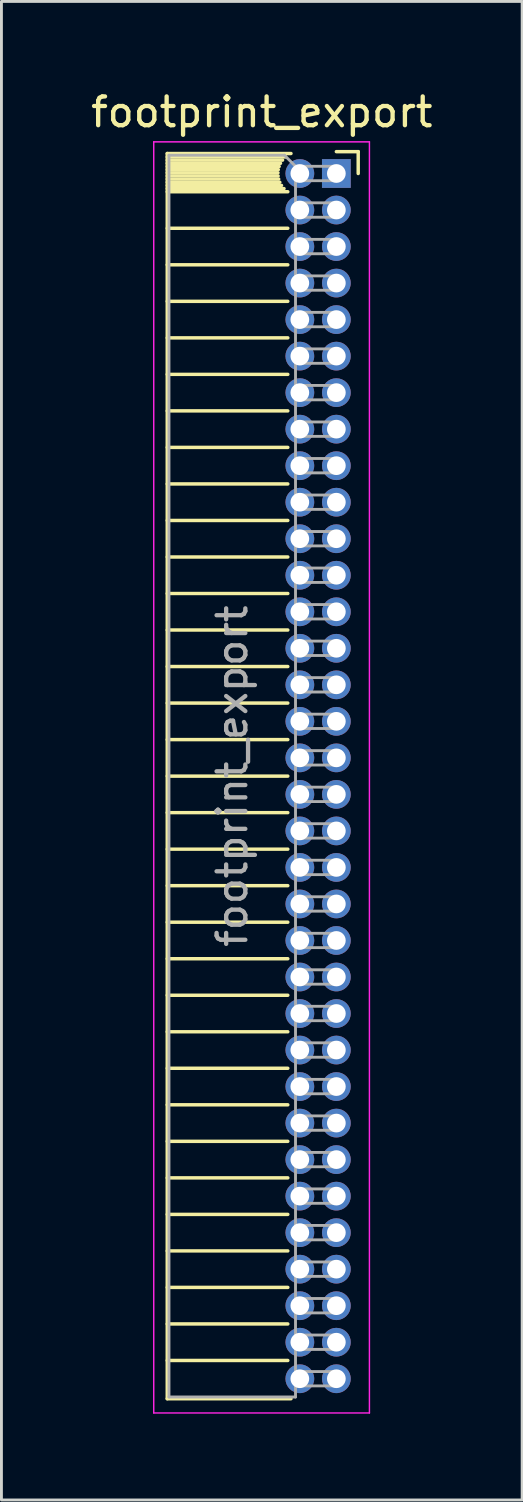
<source format=kicad_pcb>
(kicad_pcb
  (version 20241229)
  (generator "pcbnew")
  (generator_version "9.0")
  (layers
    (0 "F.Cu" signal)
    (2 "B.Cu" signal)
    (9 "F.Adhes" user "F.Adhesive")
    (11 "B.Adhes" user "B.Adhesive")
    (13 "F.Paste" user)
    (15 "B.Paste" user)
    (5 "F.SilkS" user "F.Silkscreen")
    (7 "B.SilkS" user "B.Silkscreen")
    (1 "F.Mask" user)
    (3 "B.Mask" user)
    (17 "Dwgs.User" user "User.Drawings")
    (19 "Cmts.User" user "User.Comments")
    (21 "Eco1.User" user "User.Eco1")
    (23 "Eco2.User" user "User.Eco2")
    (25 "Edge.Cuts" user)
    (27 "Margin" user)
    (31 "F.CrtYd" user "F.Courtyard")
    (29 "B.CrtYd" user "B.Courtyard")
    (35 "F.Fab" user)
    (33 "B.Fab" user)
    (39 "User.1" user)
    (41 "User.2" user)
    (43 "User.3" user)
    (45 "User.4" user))
  (footprint "footprint_export"
    (layer "F.Cu")
    (at 8.646 2.983)
    (property "Reference" "footprint_export" (at -2.592 -2.135 0) (layer "F.SilkS") (effects (font (size 1 1) (thickness 0.15))))
    (attr through_hole)
    (fp_line (start -5.88 -0.695) (end -5.88 42.605) (stroke (width 0.12) (type solid)) (layer "F.SilkS"))
    (fp_line (start -5.88 -0.695) (end -1.578 -0.695) (stroke (width 0.12) (type solid)) (layer "F.SilkS"))
    (fp_line (start -5.88 -0.575) (end -1.767 -0.575) (stroke (width 0.12) (type solid)) (layer "F.SilkS"))
    (fp_line (start -5.88 -0.465) (end -1.871 -0.465) (stroke (width 0.12) (type solid)) (layer "F.SilkS"))
    (fp_line (start -5.88 -0.355) (end -1.942 -0.355) (stroke (width 0.12) (type solid)) (layer "F.SilkS"))
    (fp_line (start -5.88 -0.245) (end -1.989 -0.245) (stroke (width 0.12) (type solid)) (layer "F.SilkS"))
    (fp_line (start -5.88 -0.135) (end -2.018 -0.135) (stroke (width 0.12) (type solid)) (layer "F.SilkS"))
    (fp_line (start -5.88 -0.025) (end -2.03 -0.025) (stroke (width 0.12) (type solid)) (layer "F.SilkS"))
    (fp_line (start -5.88 0.085) (end -2.025 0.085) (stroke (width 0.12) (type solid)) (layer "F.SilkS"))
    (fp_line (start -5.88 0.195) (end -2.005 0.195) (stroke (width 0.12) (type solid)) (layer "F.SilkS"))
    (fp_line (start -5.88 0.305) (end -1.966 0.305) (stroke (width 0.12) (type solid)) (layer "F.SilkS"))
    (fp_line (start -5.88 0.415) (end -1.907 0.415) (stroke (width 0.12) (type solid)) (layer "F.SilkS"))
    (fp_line (start -5.88 0.525) (end -1.82 0.525) (stroke (width 0.12) (type solid)) (layer "F.SilkS"))
    (fp_line (start -5.88 0.635) (end -1.688 0.635) (stroke (width 0.12) (type solid)) (layer "F.SilkS"))
    (fp_line (start -5.88 1.905) (end -1.688 1.905) (stroke (width 0.12) (type solid)) (layer "F.SilkS"))
    (fp_line (start -5.88 3.175) (end -1.688 3.175) (stroke (width 0.12) (type solid)) (layer "F.SilkS"))
    (fp_line (start -5.88 4.445) (end -1.688 4.445) (stroke (width 0.12) (type solid)) (layer "F.SilkS"))
    (fp_line (start -5.88 5.715) (end -1.688 5.715) (stroke (width 0.12) (type solid)) (layer "F.SilkS"))
    (fp_line (start -5.88 6.985) (end -1.688 6.985) (stroke (width 0.12) (type solid)) (layer "F.SilkS"))
    (fp_line (start -5.88 8.255) (end -1.688 8.255) (stroke (width 0.12) (type solid)) (layer "F.SilkS"))
    (fp_line (start -5.88 9.525) (end -1.688 9.525) (stroke (width 0.12) (type solid)) (layer "F.SilkS"))
    (fp_line (start -5.88 10.795) (end -1.688 10.795) (stroke (width 0.12) (type solid)) (layer "F.SilkS"))
    (fp_line (start -5.88 12.065) (end -1.688 12.065) (stroke (width 0.12) (type solid)) (layer "F.SilkS"))
    (fp_line (start -5.88 13.335) (end -1.688 13.335) (stroke (width 0.12) (type solid)) (layer "F.SilkS"))
    (fp_line (start -5.88 14.605) (end -1.688 14.605) (stroke (width 0.12) (type solid)) (layer "F.SilkS"))
    (fp_line (start -5.88 15.875) (end -1.688 15.875) (stroke (width 0.12) (type solid)) (layer "F.SilkS"))
    (fp_line (start -5.88 17.145) (end -1.688 17.145) (stroke (width 0.12) (type solid)) (layer "F.SilkS"))
    (fp_line (start -5.88 18.415) (end -1.688 18.415) (stroke (width 0.12) (type solid)) (layer "F.SilkS"))
    (fp_line (start -5.88 19.685) (end -1.688 19.685) (stroke (width 0.12) (type solid)) (layer "F.SilkS"))
    (fp_line (start -5.88 20.955) (end -1.688 20.955) (stroke (width 0.12) (type solid)) (layer "F.SilkS"))
    (fp_line (start -5.88 22.225) (end -1.688 22.225) (stroke (width 0.12) (type solid)) (layer "F.SilkS"))
    (fp_line (start -5.88 23.495) (end -1.688 23.495) (stroke (width 0.12) (type solid)) (layer "F.SilkS"))
    (fp_line (start -5.88 24.765) (end -1.688 24.765) (stroke (width 0.12) (type solid)) (layer "F.SilkS"))
    (fp_line (start -5.88 26.035) (end -1.688 26.035) (stroke (width 0.12) (type solid)) (layer "F.SilkS"))
    (fp_line (start -5.88 27.305) (end -1.688 27.305) (stroke (width 0.12) (type solid)) (layer "F.SilkS"))
    (fp_line (start -5.88 28.575) (end -1.688 28.575) (stroke (width 0.12) (type solid)) (layer "F.SilkS"))
    (fp_line (start -5.88 29.845) (end -1.688 29.845) (stroke (width 0.12) (type solid)) (layer "F.SilkS"))
    (fp_line (start -5.88 31.115) (end -1.688 31.115) (stroke (width 0.12) (type solid)) (layer "F.SilkS"))
    (fp_line (start -5.88 32.385) (end -1.688 32.385) (stroke (width 0.12) (type solid)) (layer "F.SilkS"))
    (fp_line (start -5.88 33.655) (end -1.688 33.655) (stroke (width 0.12) (type solid)) (layer "F.SilkS"))
    (fp_line (start -5.88 34.925) (end -1.688 34.925) (stroke (width 0.12) (type solid)) (layer "F.SilkS"))
    (fp_line (start -5.88 36.195) (end -1.688 36.195) (stroke (width 0.12) (type solid)) (layer "F.SilkS"))
    (fp_line (start -5.88 37.465) (end -1.688 37.465) (stroke (width 0.12) (type solid)) (layer "F.SilkS"))
    (fp_line (start -5.88 38.735) (end -1.688 38.735) (stroke (width 0.12) (type solid)) (layer "F.SilkS"))
    (fp_line (start -5.88 40.005) (end -1.688 40.005) (stroke (width 0.12) (type solid)) (layer "F.SilkS"))
    (fp_line (start -5.88 41.275) (end -1.688 41.275) (stroke (width 0.12) (type solid)) (layer "F.SilkS"))
    (fp_line (start -5.88 42.605) (end -1.578 42.605) (stroke (width 0.12) (type solid)) (layer "F.SilkS"))
    (fp_line (start 0 -0.76) (end 0.76 -0.76) (stroke (width 0.12) (type solid)) (layer "F.SilkS"))
    (fp_line (start 0.76 -0.76) (end 0.76 0) (stroke (width 0.12) (type solid)) (layer "F.SilkS"))
    (fp_line (start -6.35 -1.1) (end -6.35 43.1) (stroke (width 0.05) (type solid)) (layer "F.CrtYd"))
    (fp_line (start -6.35 43.1) (end 1.15 43.1) (stroke (width 0.05) (type solid)) (layer "F.CrtYd"))
    (fp_line (start 1.15 -1.1) (end -6.35 -1.1) (stroke (width 0.05) (type solid)) (layer "F.CrtYd"))
    (fp_line (start 1.15 43.1) (end 1.15 -1.1) (stroke (width 0.05) (type solid)) (layer "F.CrtYd"))
    (fp_line (start -5.82 -0.635) (end -1.805 -0.635) (stroke (width 0.1) (type solid)) (layer "F.Fab"))
    (fp_line (start -5.82 42.545) (end -5.82 -0.635) (stroke (width 0.1) (type solid)) (layer "F.Fab"))
    (fp_line (start -1.805 -0.635) (end -1.42 -0.25) (stroke (width 0.1) (type solid)) (layer "F.Fab"))
    (fp_line (start -1.42 -0.25) (end -1.42 42.545) (stroke (width 0.1) (type solid)) (layer "F.Fab"))
    (fp_line (start -1.42 0.25) (end 0 0.25) (stroke (width 0.1) (type solid)) (layer "F.Fab"))
    (fp_line (start -1.42 1.52) (end 0 1.52) (stroke (width 0.1) (type solid)) (layer "F.Fab"))
    (fp_line (start -1.42 2.79) (end 0 2.79) (stroke (width 0.1) (type solid)) (layer "F.Fab"))
    (fp_line (start -1.42 4.06) (end 0 4.06) (stroke (width 0.1) (type solid)) (layer "F.Fab"))
    (fp_line (start -1.42 5.33) (end 0 5.33) (stroke (width 0.1) (type solid)) (layer "F.Fab"))
    (fp_line (start -1.42 6.6) (end 0 6.6) (stroke (width 0.1) (type solid)) (layer "F.Fab"))
    (fp_line (start -1.42 7.87) (end 0 7.87) (stroke (width 0.1) (type solid)) (layer "F.Fab"))
    (fp_line (start -1.42 9.14) (end 0 9.14) (stroke (width 0.1) (type solid)) (layer "F.Fab"))
    (fp_line (start -1.42 10.41) (end 0 10.41) (stroke (width 0.1) (type solid)) (layer "F.Fab"))
    (fp_line (start -1.42 11.68) (end 0 11.68) (stroke (width 0.1) (type solid)) (layer "F.Fab"))
    (fp_line (start -1.42 12.95) (end 0 12.95) (stroke (width 0.1) (type solid)) (layer "F.Fab"))
    (fp_line (start -1.42 14.22) (end 0 14.22) (stroke (width 0.1) (type solid)) (layer "F.Fab"))
    (fp_line (start -1.42 15.49) (end 0 15.49) (stroke (width 0.1) (type solid)) (layer "F.Fab"))
    (fp_line (start -1.42 16.76) (end 0 16.76) (stroke (width 0.1) (type solid)) (layer "F.Fab"))
    (fp_line (start -1.42 18.03) (end 0 18.03) (stroke (width 0.1) (type solid)) (layer "F.Fab"))
    (fp_line (start -1.42 19.3) (end 0 19.3) (stroke (width 0.1) (type solid)) (layer "F.Fab"))
    (fp_line (start -1.42 20.57) (end 0 20.57) (stroke (width 0.1) (type solid)) (layer "F.Fab"))
    (fp_line (start -1.42 21.84) (end 0 21.84) (stroke (width 0.1) (type solid)) (layer "F.Fab"))
    (fp_line (start -1.42 23.11) (end 0 23.11) (stroke (width 0.1) (type solid)) (layer "F.Fab"))
    (fp_line (start -1.42 24.38) (end 0 24.38) (stroke (width 0.1) (type solid)) (layer "F.Fab"))
    (fp_line (start -1.42 25.65) (end 0 25.65) (stroke (width 0.1) (type solid)) (layer "F.Fab"))
    (fp_line (start -1.42 26.92) (end 0 26.92) (stroke (width 0.1) (type solid)) (layer "F.Fab"))
    (fp_line (start -1.42 28.19) (end 0 28.19) (stroke (width 0.1) (type solid)) (layer "F.Fab"))
    (fp_line (start -1.42 29.46) (end 0 29.46) (stroke (width 0.1) (type solid)) (layer "F.Fab"))
    (fp_line (start -1.42 30.73) (end 0 30.73) (stroke (width 0.1) (type solid)) (layer "F.Fab"))
    (fp_line (start -1.42 32) (end 0 32) (stroke (width 0.1) (type solid)) (layer "F.Fab"))
    (fp_line (start -1.42 33.27) (end 0 33.27) (stroke (width 0.1) (type solid)) (layer "F.Fab"))
    (fp_line (start -1.42 34.54) (end 0 34.54) (stroke (width 0.1) (type solid)) (layer "F.Fab"))
    (fp_line (start -1.42 35.81) (end 0 35.81) (stroke (width 0.1) (type solid)) (layer "F.Fab"))
    (fp_line (start -1.42 37.08) (end 0 37.08) (stroke (width 0.1) (type solid)) (layer "F.Fab"))
    (fp_line (start -1.42 38.35) (end 0 38.35) (stroke (width 0.1) (type solid)) (layer "F.Fab"))
    (fp_line (start -1.42 39.62) (end 0 39.62) (stroke (width 0.1) (type solid)) (layer "F.Fab"))
    (fp_line (start -1.42 40.89) (end 0 40.89) (stroke (width 0.1) (type solid)) (layer "F.Fab"))
    (fp_line (start -1.42 42.16) (end 0 42.16) (stroke (width 0.1) (type solid)) (layer "F.Fab"))
    (fp_line (start -1.42 42.545) (end -5.82 42.545) (stroke (width 0.1) (type solid)) (layer "F.Fab"))
    (fp_line (start 0 -0.25) (end -1.42 -0.25) (stroke (width 0.1) (type solid)) (layer "F.Fab"))
    (fp_line (start 0 0.25) (end 0 -0.25) (stroke (width 0.1) (type solid)) (layer "F.Fab"))
    (fp_line (start 0 1.02) (end -1.42 1.02) (stroke (width 0.1) (type solid)) (layer "F.Fab"))
    (fp_line (start 0 1.52) (end 0 1.02) (stroke (width 0.1) (type solid)) (layer "F.Fab"))
    (fp_line (start 0 2.29) (end -1.42 2.29) (stroke (width 0.1) (type solid)) (layer "F.Fab"))
    (fp_line (start 0 2.79) (end 0 2.29) (stroke (width 0.1) (type solid)) (layer "F.Fab"))
    (fp_line (start 0 3.56) (end -1.42 3.56) (stroke (width 0.1) (type solid)) (layer "F.Fab"))
    (fp_line (start 0 4.06) (end 0 3.56) (stroke (width 0.1) (type solid)) (layer "F.Fab"))
    (fp_line (start 0 4.83) (end -1.42 4.83) (stroke (width 0.1) (type solid)) (layer "F.Fab"))
    (fp_line (start 0 5.33) (end 0 4.83) (stroke (width 0.1) (type solid)) (layer "F.Fab"))
    (fp_line (start 0 6.1) (end -1.42 6.1) (stroke (width 0.1) (type solid)) (layer "F.Fab"))
    (fp_line (start 0 6.6) (end 0 6.1) (stroke (width 0.1) (type solid)) (layer "F.Fab"))
    (fp_line (start 0 7.37) (end -1.42 7.37) (stroke (width 0.1) (type solid)) (layer "F.Fab"))
    (fp_line (start 0 7.87) (end 0 7.37) (stroke (width 0.1) (type solid)) (layer "F.Fab"))
    (fp_line (start 0 8.64) (end -1.42 8.64) (stroke (width 0.1) (type solid)) (layer "F.Fab"))
    (fp_line (start 0 9.14) (end 0 8.64) (stroke (width 0.1) (type solid)) (layer "F.Fab"))
    (fp_line (start 0 9.91) (end -1.42 9.91) (stroke (width 0.1) (type solid)) (layer "F.Fab"))
    (fp_line (start 0 10.41) (end 0 9.91) (stroke (width 0.1) (type solid)) (layer "F.Fab"))
    (fp_line (start 0 11.18) (end -1.42 11.18) (stroke (width 0.1) (type solid)) (layer "F.Fab"))
    (fp_line (start 0 11.68) (end 0 11.18) (stroke (width 0.1) (type solid)) (layer "F.Fab"))
    (fp_line (start 0 12.45) (end -1.42 12.45) (stroke (width 0.1) (type solid)) (layer "F.Fab"))
    (fp_line (start 0 12.95) (end 0 12.45) (stroke (width 0.1) (type solid)) (layer "F.Fab"))
    (fp_line (start 0 13.72) (end -1.42 13.72) (stroke (width 0.1) (type solid)) (layer "F.Fab"))
    (fp_line (start 0 14.22) (end 0 13.72) (stroke (width 0.1) (type solid)) (layer "F.Fab"))
    (fp_line (start 0 14.99) (end -1.42 14.99) (stroke (width 0.1) (type solid)) (layer "F.Fab"))
    (fp_line (start 0 15.49) (end 0 14.99) (stroke (width 0.1) (type solid)) (layer "F.Fab"))
    (fp_line (start 0 16.26) (end -1.42 16.26) (stroke (width 0.1) (type solid)) (layer "F.Fab"))
    (fp_line (start 0 16.76) (end 0 16.26) (stroke (width 0.1) (type solid)) (layer "F.Fab"))
    (fp_line (start 0 17.53) (end -1.42 17.53) (stroke (width 0.1) (type solid)) (layer "F.Fab"))
    (fp_line (start 0 18.03) (end 0 17.53) (stroke (width 0.1) (type solid)) (layer "F.Fab"))
    (fp_line (start 0 18.8) (end -1.42 18.8) (stroke (width 0.1) (type solid)) (layer "F.Fab"))
    (fp_line (start 0 19.3) (end 0 18.8) (stroke (width 0.1) (type solid)) (layer "F.Fab"))
    (fp_line (start 0 20.07) (end -1.42 20.07) (stroke (width 0.1) (type solid)) (layer "F.Fab"))
    (fp_line (start 0 20.57) (end 0 20.07) (stroke (width 0.1) (type solid)) (layer "F.Fab"))
    (fp_line (start 0 21.34) (end -1.42 21.34) (stroke (width 0.1) (type solid)) (layer "F.Fab"))
    (fp_line (start 0 21.84) (end 0 21.34) (stroke (width 0.1) (type solid)) (layer "F.Fab"))
    (fp_line (start 0 22.61) (end -1.42 22.61) (stroke (width 0.1) (type solid)) (layer "F.Fab"))
    (fp_line (start 0 23.11) (end 0 22.61) (stroke (width 0.1) (type solid)) (layer "F.Fab"))
    (fp_line (start 0 23.88) (end -1.42 23.88) (stroke (width 0.1) (type solid)) (layer "F.Fab"))
    (fp_line (start 0 24.38) (end 0 23.88) (stroke (width 0.1) (type solid)) (layer "F.Fab"))
    (fp_line (start 0 25.15) (end -1.42 25.15) (stroke (width 0.1) (type solid)) (layer "F.Fab"))
    (fp_line (start 0 25.65) (end 0 25.15) (stroke (width 0.1) (type solid)) (layer "F.Fab"))
    (fp_line (start 0 26.42) (end -1.42 26.42) (stroke (width 0.1) (type solid)) (layer "F.Fab"))
    (fp_line (start 0 26.92) (end 0 26.42) (stroke (width 0.1) (type solid)) (layer "F.Fab"))
    (fp_line (start 0 27.69) (end -1.42 27.69) (stroke (width 0.1) (type solid)) (layer "F.Fab"))
    (fp_line (start 0 28.19) (end 0 27.69) (stroke (width 0.1) (type solid)) (layer "F.Fab"))
    (fp_line (start 0 28.96) (end -1.42 28.96) (stroke (width 0.1) (type solid)) (layer "F.Fab"))
    (fp_line (start 0 29.46) (end 0 28.96) (stroke (width 0.1) (type solid)) (layer "F.Fab"))
    (fp_line (start 0 30.23) (end -1.42 30.23) (stroke (width 0.1) (type solid)) (layer "F.Fab"))
    (fp_line (start 0 30.73) (end 0 30.23) (stroke (width 0.1) (type solid)) (layer "F.Fab"))
    (fp_line (start 0 31.5) (end -1.42 31.5) (stroke (width 0.1) (type solid)) (layer "F.Fab"))
    (fp_line (start 0 32) (end 0 31.5) (stroke (width 0.1) (type solid)) (layer "F.Fab"))
    (fp_line (start 0 32.77) (end -1.42 32.77) (stroke (width 0.1) (type solid)) (layer "F.Fab"))
    (fp_line (start 0 33.27) (end 0 32.77) (stroke (width 0.1) (type solid)) (layer "F.Fab"))
    (fp_line (start 0 34.04) (end -1.42 34.04) (stroke (width 0.1) (type solid)) (layer "F.Fab"))
    (fp_line (start 0 34.54) (end 0 34.04) (stroke (width 0.1) (type solid)) (layer "F.Fab"))
    (fp_line (start 0 35.31) (end -1.42 35.31) (stroke (width 0.1) (type solid)) (layer "F.Fab"))
    (fp_line (start 0 35.81) (end 0 35.31) (stroke (width 0.1) (type solid)) (layer "F.Fab"))
    (fp_line (start 0 36.58) (end -1.42 36.58) (stroke (width 0.1) (type solid)) (layer "F.Fab"))
    (fp_line (start 0 37.08) (end 0 36.58) (stroke (width 0.1) (type solid)) (layer "F.Fab"))
    (fp_line (start 0 37.85) (end -1.42 37.85) (stroke (width 0.1) (type solid)) (layer "F.Fab"))
    (fp_line (start 0 38.35) (end 0 37.85) (stroke (width 0.1) (type solid)) (layer "F.Fab"))
    (fp_line (start 0 39.12) (end -1.42 39.12) (stroke (width 0.1) (type solid)) (layer "F.Fab"))
    (fp_line (start 0 39.62) (end 0 39.12) (stroke (width 0.1) (type solid)) (layer "F.Fab"))
    (fp_line (start 0 40.39) (end -1.42 40.39) (stroke (width 0.1) (type solid)) (layer "F.Fab"))
    (fp_line (start 0 40.89) (end 0 40.39) (stroke (width 0.1) (type solid)) (layer "F.Fab"))
    (fp_line (start 0 41.66) (end -1.42 41.66) (stroke (width 0.1) (type solid)) (layer "F.Fab"))
    (fp_line (start 0 42.16) (end 0 41.66) (stroke (width 0.1) (type solid)) (layer "F.Fab"))
    (fp_text user "${REFERENCE}" (at -3.62 20.955 90) (layer "F.Fab") (effects (font (size 1 1) (thickness 0.15))))
    (pad "1" thru_hole rect (at 0 0) (size 1 1) (drill 0.65) (layers "*.Cu" "*.Mask"))
    (pad "2" thru_hole oval (at -1.27 0) (size 1 1) (drill 0.65) (layers "*.Cu" "*.Mask"))
    (pad "3" thru_hole oval (at 0 1.27) (size 1 1) (drill 0.65) (layers "*.Cu" "*.Mask"))
    (pad "4" thru_hole oval (at -1.27 1.27) (size 1 1) (drill 0.65) (layers "*.Cu" "*.Mask"))
    (pad "5" thru_hole oval (at 0 2.54) (size 1 1) (drill 0.65) (layers "*.Cu" "*.Mask"))
    (pad "6" thru_hole oval (at -1.27 2.54) (size 1 1) (drill 0.65) (layers "*.Cu" "*.Mask"))
    (pad "7" thru_hole oval (at 0 3.81) (size 1 1) (drill 0.65) (layers "*.Cu" "*.Mask"))
    (pad "8" thru_hole oval (at -1.27 3.81) (size 1 1) (drill 0.65) (layers "*.Cu" "*.Mask"))
    (pad "9" thru_hole oval (at 0 5.08) (size 1 1) (drill 0.65) (layers "*.Cu" "*.Mask"))
    (pad "10" thru_hole oval (at -1.27 5.08) (size 1 1) (drill 0.65) (layers "*.Cu" "*.Mask"))
    (pad "11" thru_hole oval (at 0 6.35) (size 1 1) (drill 0.65) (layers "*.Cu" "*.Mask"))
    (pad "12" thru_hole oval (at -1.27 6.35) (size 1 1) (drill 0.65) (layers "*.Cu" "*.Mask"))
    (pad "13" thru_hole oval (at 0 7.62) (size 1 1) (drill 0.65) (layers "*.Cu" "*.Mask"))
    (pad "14" thru_hole oval (at -1.27 7.62) (size 1 1) (drill 0.65) (layers "*.Cu" "*.Mask"))
    (pad "15" thru_hole oval (at 0 8.89) (size 1 1) (drill 0.65) (layers "*.Cu" "*.Mask"))
    (pad "16" thru_hole oval (at -1.27 8.89) (size 1 1) (drill 0.65) (layers "*.Cu" "*.Mask"))
    (pad "17" thru_hole oval (at 0 10.16) (size 1 1) (drill 0.65) (layers "*.Cu" "*.Mask"))
    (pad "18" thru_hole oval (at -1.27 10.16) (size 1 1) (drill 0.65) (layers "*.Cu" "*.Mask"))
    (pad "19" thru_hole oval (at 0 11.43) (size 1 1) (drill 0.65) (layers "*.Cu" "*.Mask"))
    (pad "20" thru_hole oval (at -1.27 11.43) (size 1 1) (drill 0.65) (layers "*.Cu" "*.Mask"))
    (pad "21" thru_hole oval (at 0 12.7) (size 1 1) (drill 0.65) (layers "*.Cu" "*.Mask"))
    (pad "22" thru_hole oval (at -1.27 12.7) (size 1 1) (drill 0.65) (layers "*.Cu" "*.Mask"))
    (pad "23" thru_hole oval (at 0 13.97) (size 1 1) (drill 0.65) (layers "*.Cu" "*.Mask"))
    (pad "24" thru_hole oval (at -1.27 13.97) (size 1 1) (drill 0.65) (layers "*.Cu" "*.Mask"))
    (pad "25" thru_hole oval (at 0 15.24) (size 1 1) (drill 0.65) (layers "*.Cu" "*.Mask"))
    (pad "26" thru_hole oval (at -1.27 15.24) (size 1 1) (drill 0.65) (layers "*.Cu" "*.Mask"))
    (pad "27" thru_hole oval (at 0 16.51) (size 1 1) (drill 0.65) (layers "*.Cu" "*.Mask"))
    (pad "28" thru_hole oval (at -1.27 16.51) (size 1 1) (drill 0.65) (layers "*.Cu" "*.Mask"))
    (pad "29" thru_hole oval (at 0 17.78) (size 1 1) (drill 0.65) (layers "*.Cu" "*.Mask"))
    (pad "30" thru_hole oval (at -1.27 17.78) (size 1 1) (drill 0.65) (layers "*.Cu" "*.Mask"))
    (pad "31" thru_hole oval (at 0 19.05) (size 1 1) (drill 0.65) (layers "*.Cu" "*.Mask"))
    (pad "32" thru_hole oval (at -1.27 19.05) (size 1 1) (drill 0.65) (layers "*.Cu" "*.Mask"))
    (pad "33" thru_hole oval (at 0 20.32) (size 1 1) (drill 0.65) (layers "*.Cu" "*.Mask"))
    (pad "34" thru_hole oval (at -1.27 20.32) (size 1 1) (drill 0.65) (layers "*.Cu" "*.Mask"))
    (pad "35" thru_hole oval (at 0 21.59) (size 1 1) (drill 0.65) (layers "*.Cu" "*.Mask"))
    (pad "36" thru_hole oval (at -1.27 21.59) (size 1 1) (drill 0.65) (layers "*.Cu" "*.Mask"))
    (pad "37" thru_hole oval (at 0 22.86) (size 1 1) (drill 0.65) (layers "*.Cu" "*.Mask"))
    (pad "38" thru_hole oval (at -1.27 22.86) (size 1 1) (drill 0.65) (layers "*.Cu" "*.Mask"))
    (pad "39" thru_hole oval (at 0 24.13) (size 1 1) (drill 0.65) (layers "*.Cu" "*.Mask"))
    (pad "40" thru_hole oval (at -1.27 24.13) (size 1 1) (drill 0.65) (layers "*.Cu" "*.Mask"))
    (pad "41" thru_hole oval (at 0 25.4) (size 1 1) (drill 0.65) (layers "*.Cu" "*.Mask"))
    (pad "42" thru_hole oval (at -1.27 25.4) (size 1 1) (drill 0.65) (layers "*.Cu" "*.Mask"))
    (pad "43" thru_hole oval (at 0 26.67) (size 1 1) (drill 0.65) (layers "*.Cu" "*.Mask"))
    (pad "44" thru_hole oval (at -1.27 26.67) (size 1 1) (drill 0.65) (layers "*.Cu" "*.Mask"))
    (pad "45" thru_hole oval (at 0 27.94) (size 1 1) (drill 0.65) (layers "*.Cu" "*.Mask"))
    (pad "46" thru_hole oval (at -1.27 27.94) (size 1 1) (drill 0.65) (layers "*.Cu" "*.Mask"))
    (pad "47" thru_hole oval (at 0 29.21) (size 1 1) (drill 0.65) (layers "*.Cu" "*.Mask"))
    (pad "48" thru_hole oval (at -1.27 29.21) (size 1 1) (drill 0.65) (layers "*.Cu" "*.Mask"))
    (pad "49" thru_hole oval (at 0 30.48) (size 1 1) (drill 0.65) (layers "*.Cu" "*.Mask"))
    (pad "50" thru_hole oval (at -1.27 30.48) (size 1 1) (drill 0.65) (layers "*.Cu" "*.Mask"))
    (pad "51" thru_hole oval (at 0 31.75) (size 1 1) (drill 0.65) (layers "*.Cu" "*.Mask"))
    (pad "52" thru_hole oval (at -1.27 31.75) (size 1 1) (drill 0.65) (layers "*.Cu" "*.Mask"))
    (pad "53" thru_hole oval (at 0 33.02) (size 1 1) (drill 0.65) (layers "*.Cu" "*.Mask"))
    (pad "54" thru_hole oval (at -1.27 33.02) (size 1 1) (drill 0.65) (layers "*.Cu" "*.Mask"))
    (pad "55" thru_hole oval (at 0 34.29) (size 1 1) (drill 0.65) (layers "*.Cu" "*.Mask"))
    (pad "56" thru_hole oval (at -1.27 34.29) (size 1 1) (drill 0.65) (layers "*.Cu" "*.Mask"))
    (pad "57" thru_hole oval (at 0 35.56) (size 1 1) (drill 0.65) (layers "*.Cu" "*.Mask"))
    (pad "58" thru_hole oval (at -1.27 35.56) (size 1 1) (drill 0.65) (layers "*.Cu" "*.Mask"))
    (pad "59" thru_hole oval (at 0 36.83) (size 1 1) (drill 0.65) (layers "*.Cu" "*.Mask"))
    (pad "60" thru_hole oval (at -1.27 36.83) (size 1 1) (drill 0.65) (layers "*.Cu" "*.Mask"))
    (pad "61" thru_hole oval (at 0 38.1) (size 1 1) (drill 0.65) (layers "*.Cu" "*.Mask"))
    (pad "62" thru_hole oval (at -1.27 38.1) (size 1 1) (drill 0.65) (layers "*.Cu" "*.Mask"))
    (pad "63" thru_hole oval (at 0 39.37) (size 1 1) (drill 0.65) (layers "*.Cu" "*.Mask"))
    (pad "64" thru_hole oval (at -1.27 39.37) (size 1 1) (drill 0.65) (layers "*.Cu" "*.Mask"))
    (pad "65" thru_hole oval (at 0 40.64) (size 1 1) (drill 0.65) (layers "*.Cu" "*.Mask"))
    (pad "66" thru_hole oval (at -1.27 40.64) (size 1 1) (drill 0.65) (layers "*.Cu" "*.Mask"))
    (pad "67" thru_hole oval (at 0 41.91) (size 1 1) (drill 0.65) (layers "*.Cu" "*.Mask"))
    (pad "68" thru_hole oval (at -1.27 41.91) (size 1 1) (drill 0.65) (layers "*.Cu" "*.Mask")))
  (gr_rect
    (start -3 -3)
    (end 15.107 49.108)
    (stroke (width 0.1) (type default))
    (fill no)
    (layer "Edge.Cuts")))
</source>
